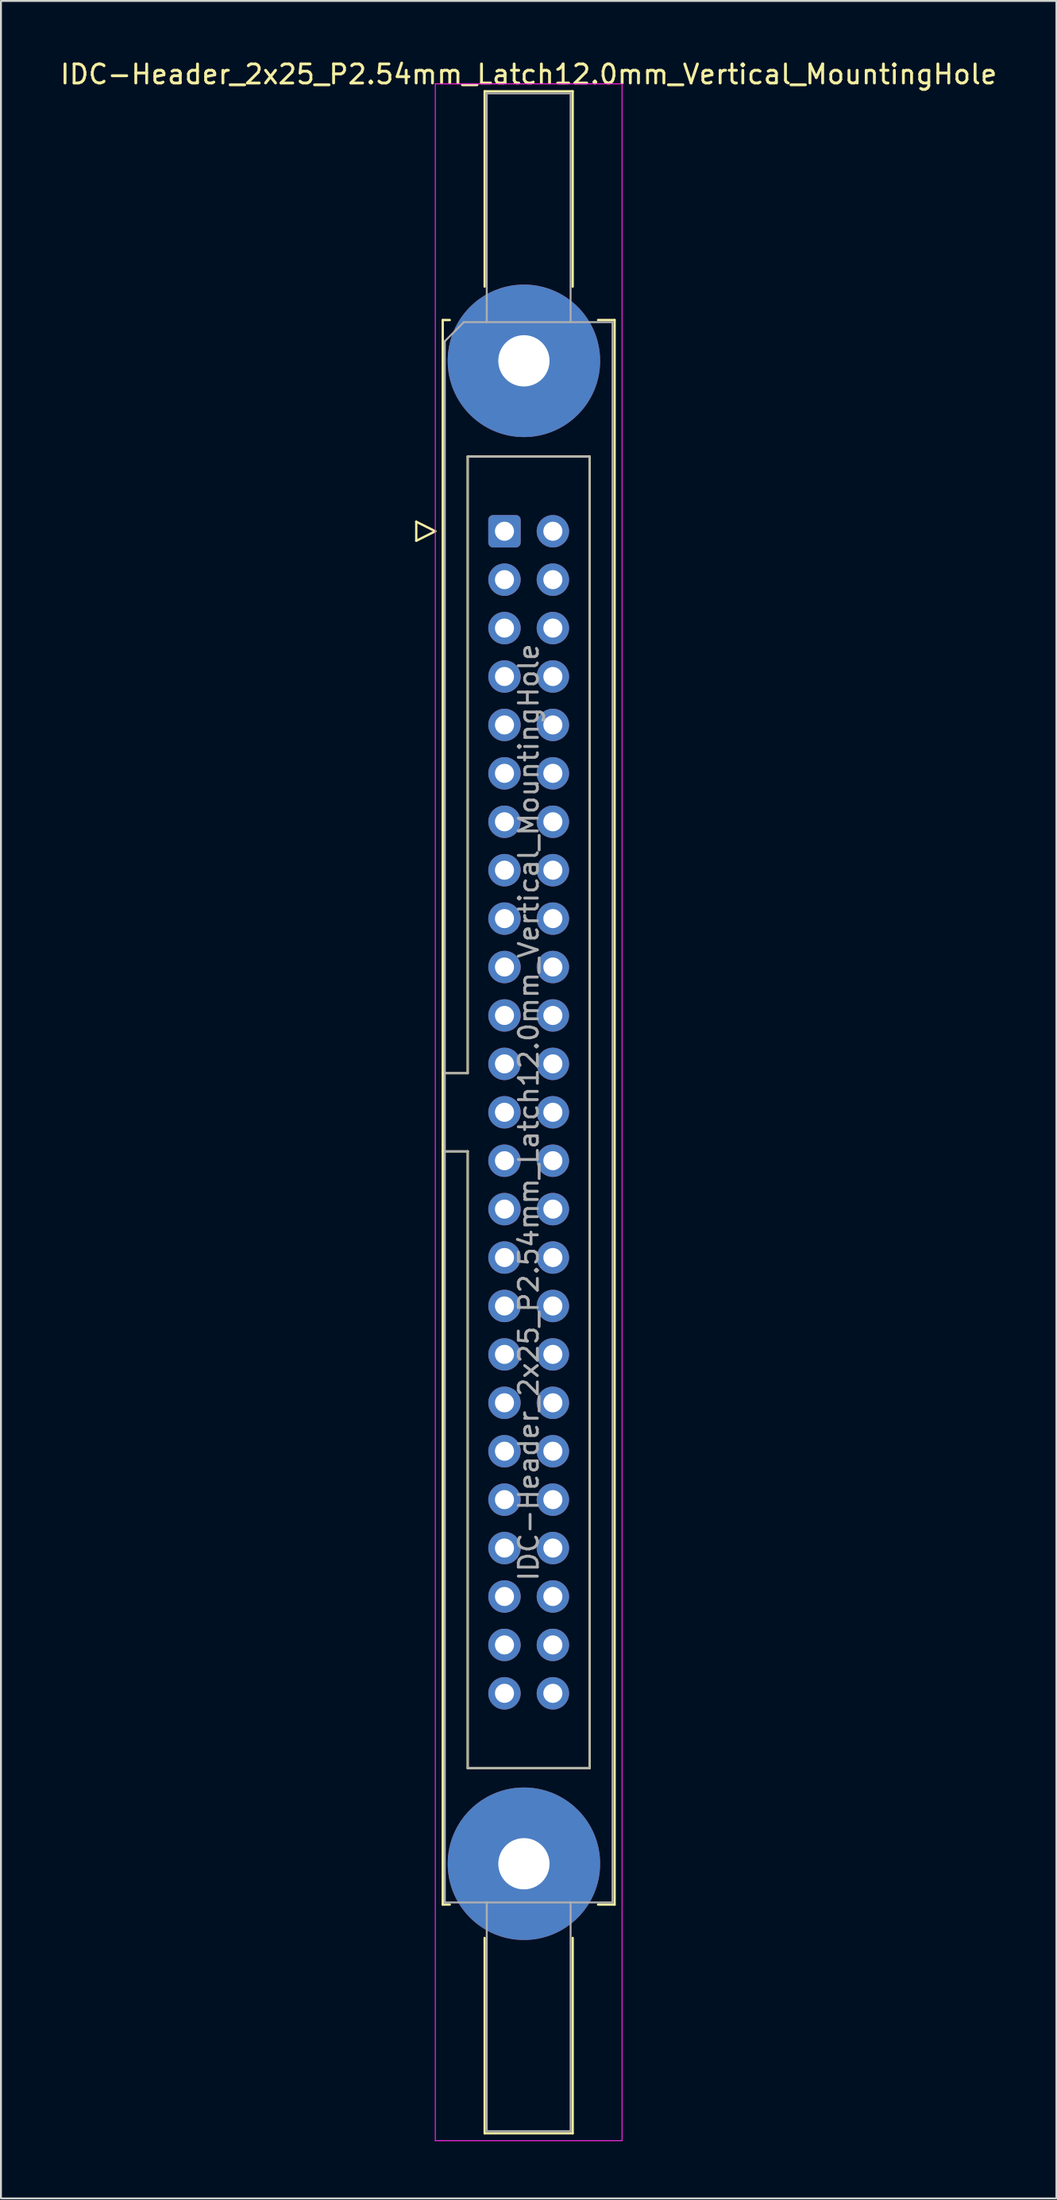
<source format=kicad_pcb>
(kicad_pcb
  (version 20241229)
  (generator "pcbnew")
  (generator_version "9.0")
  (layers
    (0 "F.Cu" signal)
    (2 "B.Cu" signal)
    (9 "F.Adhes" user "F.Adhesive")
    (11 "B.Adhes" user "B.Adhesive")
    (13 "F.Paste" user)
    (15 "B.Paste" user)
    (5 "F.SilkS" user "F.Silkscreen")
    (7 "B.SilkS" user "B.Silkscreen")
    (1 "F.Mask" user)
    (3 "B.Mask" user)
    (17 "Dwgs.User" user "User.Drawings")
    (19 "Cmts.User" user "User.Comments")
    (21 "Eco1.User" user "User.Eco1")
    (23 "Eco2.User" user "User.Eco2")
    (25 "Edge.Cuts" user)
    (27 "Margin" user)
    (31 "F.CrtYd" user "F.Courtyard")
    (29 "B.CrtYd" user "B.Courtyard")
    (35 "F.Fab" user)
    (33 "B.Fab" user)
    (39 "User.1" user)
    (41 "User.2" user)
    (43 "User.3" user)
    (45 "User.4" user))
  (footprint "IDC-Header_2x25_P2.54mm_Latch12.0mm_Vertical_MountingHole"
    (layer "F.Cu")
    (at 23.426 24.818)
    (property "Reference" "IDC-Header_2x25_P2.54mm_Latch12.0mm_Vertical_MountingHole" (at 1.27 -23.97 0) (layer "F.SilkS") (effects (font (size 1 1) (thickness 0.15))))
    (attr through_hole)
    (fp_line (start -4.63 -0.5) (end -4.63 0.5) (stroke (width 0.12) (type solid)) (layer "F.SilkS"))
    (fp_line (start -4.63 0.5) (end -3.63 0) (stroke (width 0.12) (type solid)) (layer "F.SilkS"))
    (fp_line (start -3.63 0) (end -4.63 -0.5) (stroke (width 0.12) (type solid)) (layer "F.SilkS"))
    (fp_line (start -3.24 -11.08) (end -3.24 72.04) (stroke (width 0.12) (type solid)) (layer "F.SilkS"))
    (fp_line (start -3.24 28.43) (end -1.93 28.43) (stroke (width 0.12) (type solid)) (layer "F.SilkS"))
    (fp_line (start -3.24 72.04) (end -2.87 72.04) (stroke (width 0.12) (type solid)) (layer "F.SilkS"))
    (fp_line (start -2.87 -11.08) (end -3.24 -11.08) (stroke (width 0.12) (type solid)) (layer "F.SilkS"))
    (fp_line (start -1.93 -3.92) (end 4.47 -3.92) (stroke (width 0.12) (type solid)) (layer "F.SilkS"))
    (fp_line (start -1.93 28.43) (end -1.93 -3.92) (stroke (width 0.12) (type solid)) (layer "F.SilkS"))
    (fp_line (start -1.93 32.53) (end -3.24 32.53) (stroke (width 0.12) (type solid)) (layer "F.SilkS"))
    (fp_line (start -1.93 32.53) (end -1.93 32.53) (stroke (width 0.12) (type solid)) (layer "F.SilkS"))
    (fp_line (start -1.93 64.88) (end -1.93 32.53) (stroke (width 0.12) (type solid)) (layer "F.SilkS"))
    (fp_line (start -1.04 -23.08) (end 3.58 -23.08) (stroke (width 0.12) (type solid)) (layer "F.SilkS"))
    (fp_line (start -1.04 -12.83) (end -1.04 -23.08) (stroke (width 0.12) (type solid)) (layer "F.SilkS"))
    (fp_line (start -1.04 73.79) (end -1.04 84.04) (stroke (width 0.12) (type solid)) (layer "F.SilkS"))
    (fp_line (start -1.04 84.04) (end 3.58 84.04) (stroke (width 0.12) (type solid)) (layer "F.SilkS"))
    (fp_line (start 3.58 -23.08) (end 3.58 -12.83) (stroke (width 0.12) (type solid)) (layer "F.SilkS"))
    (fp_line (start 3.58 84.04) (end 3.58 73.79) (stroke (width 0.12) (type solid)) (layer "F.SilkS"))
    (fp_line (start 4.47 -3.92) (end 4.47 64.88) (stroke (width 0.12) (type solid)) (layer "F.SilkS"))
    (fp_line (start 4.47 64.88) (end -1.93 64.88) (stroke (width 0.12) (type solid)) (layer "F.SilkS"))
    (fp_line (start 4.91 -11.08) (end 5.78 -11.08) (stroke (width 0.12) (type solid)) (layer "F.SilkS"))
    (fp_line (start 5.78 -11.08) (end 5.78 72.04) (stroke (width 0.12) (type solid)) (layer "F.SilkS"))
    (fp_line (start 5.78 72.04) (end 4.91 72.04) (stroke (width 0.12) (type solid)) (layer "F.SilkS"))
    (fp_line (start -3.63 -23.47) (end -3.63 84.43) (stroke (width 0.05) (type solid)) (layer "F.CrtYd"))
    (fp_line (start -3.63 84.43) (end 6.17 84.43) (stroke (width 0.05) (type solid)) (layer "F.CrtYd"))
    (fp_line (start 6.17 -23.47) (end -3.63 -23.47) (stroke (width 0.05) (type solid)) (layer "F.CrtYd"))
    (fp_line (start 6.17 84.43) (end 6.17 -23.47) (stroke (width 0.05) (type solid)) (layer "F.CrtYd"))
    (fp_line (start -3.13 -9.97) (end -2.13 -10.97) (stroke (width 0.1) (type solid)) (layer "F.Fab"))
    (fp_line (start -3.13 28.43) (end -1.93 28.43) (stroke (width 0.1) (type solid)) (layer "F.Fab"))
    (fp_line (start -3.13 71.93) (end -3.13 -9.97) (stroke (width 0.1) (type solid)) (layer "F.Fab"))
    (fp_line (start -2.13 -10.97) (end 5.67 -10.97) (stroke (width 0.1) (type solid)) (layer "F.Fab"))
    (fp_line (start -1.93 -3.92) (end 4.47 -3.92) (stroke (width 0.1) (type solid)) (layer "F.Fab"))
    (fp_line (start -1.93 28.43) (end -1.93 -3.92) (stroke (width 0.1) (type solid)) (layer "F.Fab"))
    (fp_line (start -1.93 32.53) (end -3.13 32.53) (stroke (width 0.1) (type solid)) (layer "F.Fab"))
    (fp_line (start -1.93 32.53) (end -1.93 32.53) (stroke (width 0.1) (type solid)) (layer "F.Fab"))
    (fp_line (start -1.93 64.88) (end -1.93 32.53) (stroke (width 0.1) (type solid)) (layer "F.Fab"))
    (fp_line (start -0.93 -22.97) (end 3.47 -22.97) (stroke (width 0.1) (type solid)) (layer "F.Fab"))
    (fp_line (start -0.93 -10.97) (end -0.93 -22.97) (stroke (width 0.1) (type solid)) (layer "F.Fab"))
    (fp_line (start -0.93 71.93) (end -0.93 83.93) (stroke (width 0.1) (type solid)) (layer "F.Fab"))
    (fp_line (start -0.93 83.93) (end 3.47 83.93) (stroke (width 0.1) (type solid)) (layer "F.Fab"))
    (fp_line (start 3.47 -22.97) (end 3.47 -10.97) (stroke (width 0.1) (type solid)) (layer "F.Fab"))
    (fp_line (start 3.47 83.93) (end 3.47 71.93) (stroke (width 0.1) (type solid)) (layer "F.Fab"))
    (fp_line (start 4.47 -3.92) (end 4.47 64.88) (stroke (width 0.1) (type solid)) (layer "F.Fab"))
    (fp_line (start 4.47 64.88) (end -1.93 64.88) (stroke (width 0.1) (type solid)) (layer "F.Fab"))
    (fp_line (start 5.67 -10.97) (end 5.67 71.93) (stroke (width 0.1) (type solid)) (layer "F.Fab"))
    (fp_line (start 5.67 71.93) (end -3.13 71.93) (stroke (width 0.1) (type solid)) (layer "F.Fab"))
    (fp_text user "${REFERENCE}" (at 1.27 30.48 90) (layer "F.Fab") (effects (font (size 1 1) (thickness 0.15))))
    (pad "" thru_hole circle (at 1.02 -8.94) (size 8 8) (drill 2.69) (layers "*.Cu" "*.Mask"))
    (pad "" thru_hole circle (at 1.02 69.9) (size 8 8) (drill 2.69) (layers "*.Cu" "*.Mask"))
    (pad "1" thru_hole roundrect (at 0 0) (size 1.7 1.7) (drill 1) (layers "*.Cu" "*.Mask") (roundrect_rratio 0.147))
    (pad "2" thru_hole circle (at 2.54 0) (size 1.7 1.7) (drill 1) (layers "*.Cu" "*.Mask"))
    (pad "3" thru_hole circle (at 0 2.54) (size 1.7 1.7) (drill 1) (layers "*.Cu" "*.Mask"))
    (pad "4" thru_hole circle (at 2.54 2.54) (size 1.7 1.7) (drill 1) (layers "*.Cu" "*.Mask"))
    (pad "5" thru_hole circle (at 0 5.08) (size 1.7 1.7) (drill 1) (layers "*.Cu" "*.Mask"))
    (pad "6" thru_hole circle (at 2.54 5.08) (size 1.7 1.7) (drill 1) (layers "*.Cu" "*.Mask"))
    (pad "7" thru_hole circle (at 0 7.62) (size 1.7 1.7) (drill 1) (layers "*.Cu" "*.Mask"))
    (pad "8" thru_hole circle (at 2.54 7.62) (size 1.7 1.7) (drill 1) (layers "*.Cu" "*.Mask"))
    (pad "9" thru_hole circle (at 0 10.16) (size 1.7 1.7) (drill 1) (layers "*.Cu" "*.Mask"))
    (pad "10" thru_hole circle (at 2.54 10.16) (size 1.7 1.7) (drill 1) (layers "*.Cu" "*.Mask"))
    (pad "11" thru_hole circle (at 0 12.7) (size 1.7 1.7) (drill 1) (layers "*.Cu" "*.Mask"))
    (pad "12" thru_hole circle (at 2.54 12.7) (size 1.7 1.7) (drill 1) (layers "*.Cu" "*.Mask"))
    (pad "13" thru_hole circle (at 0 15.24) (size 1.7 1.7) (drill 1) (layers "*.Cu" "*.Mask"))
    (pad "14" thru_hole circle (at 2.54 15.24) (size 1.7 1.7) (drill 1) (layers "*.Cu" "*.Mask"))
    (pad "15" thru_hole circle (at 0 17.78) (size 1.7 1.7) (drill 1) (layers "*.Cu" "*.Mask"))
    (pad "16" thru_hole circle (at 2.54 17.78) (size 1.7 1.7) (drill 1) (layers "*.Cu" "*.Mask"))
    (pad "17" thru_hole circle (at 0 20.32) (size 1.7 1.7) (drill 1) (layers "*.Cu" "*.Mask"))
    (pad "18" thru_hole circle (at 2.54 20.32) (size 1.7 1.7) (drill 1) (layers "*.Cu" "*.Mask"))
    (pad "19" thru_hole circle (at 0 22.86) (size 1.7 1.7) (drill 1) (layers "*.Cu" "*.Mask"))
    (pad "20" thru_hole circle (at 2.54 22.86) (size 1.7 1.7) (drill 1) (layers "*.Cu" "*.Mask"))
    (pad "21" thru_hole circle (at 0 25.4) (size 1.7 1.7) (drill 1) (layers "*.Cu" "*.Mask"))
    (pad "22" thru_hole circle (at 2.54 25.4) (size 1.7 1.7) (drill 1) (layers "*.Cu" "*.Mask"))
    (pad "23" thru_hole circle (at 0 27.94) (size 1.7 1.7) (drill 1) (layers "*.Cu" "*.Mask"))
    (pad "24" thru_hole circle (at 2.54 27.94) (size 1.7 1.7) (drill 1) (layers "*.Cu" "*.Mask"))
    (pad "25" thru_hole circle (at 0 30.48) (size 1.7 1.7) (drill 1) (layers "*.Cu" "*.Mask"))
    (pad "26" thru_hole circle (at 2.54 30.48) (size 1.7 1.7) (drill 1) (layers "*.Cu" "*.Mask"))
    (pad "27" thru_hole circle (at 0 33.02) (size 1.7 1.7) (drill 1) (layers "*.Cu" "*.Mask"))
    (pad "28" thru_hole circle (at 2.54 33.02) (size 1.7 1.7) (drill 1) (layers "*.Cu" "*.Mask"))
    (pad "29" thru_hole circle (at 0 35.56) (size 1.7 1.7) (drill 1) (layers "*.Cu" "*.Mask"))
    (pad "30" thru_hole circle (at 2.54 35.56) (size 1.7 1.7) (drill 1) (layers "*.Cu" "*.Mask"))
    (pad "31" thru_hole circle (at 0 38.1) (size 1.7 1.7) (drill 1) (layers "*.Cu" "*.Mask"))
    (pad "32" thru_hole circle (at 2.54 38.1) (size 1.7 1.7) (drill 1) (layers "*.Cu" "*.Mask"))
    (pad "33" thru_hole circle (at 0 40.64) (size 1.7 1.7) (drill 1) (layers "*.Cu" "*.Mask"))
    (pad "34" thru_hole circle (at 2.54 40.64) (size 1.7 1.7) (drill 1) (layers "*.Cu" "*.Mask"))
    (pad "35" thru_hole circle (at 0 43.18) (size 1.7 1.7) (drill 1) (layers "*.Cu" "*.Mask"))
    (pad "36" thru_hole circle (at 2.54 43.18) (size 1.7 1.7) (drill 1) (layers "*.Cu" "*.Mask"))
    (pad "37" thru_hole circle (at 0 45.72) (size 1.7 1.7) (drill 1) (layers "*.Cu" "*.Mask"))
    (pad "38" thru_hole circle (at 2.54 45.72) (size 1.7 1.7) (drill 1) (layers "*.Cu" "*.Mask"))
    (pad "39" thru_hole circle (at 0 48.26) (size 1.7 1.7) (drill 1) (layers "*.Cu" "*.Mask"))
    (pad "40" thru_hole circle (at 2.54 48.26) (size 1.7 1.7) (drill 1) (layers "*.Cu" "*.Mask"))
    (pad "41" thru_hole circle (at 0 50.8) (size 1.7 1.7) (drill 1) (layers "*.Cu" "*.Mask"))
    (pad "42" thru_hole circle (at 2.54 50.8) (size 1.7 1.7) (drill 1) (layers "*.Cu" "*.Mask"))
    (pad "43" thru_hole circle (at 0 53.34) (size 1.7 1.7) (drill 1) (layers "*.Cu" "*.Mask"))
    (pad "44" thru_hole circle (at 2.54 53.34) (size 1.7 1.7) (drill 1) (layers "*.Cu" "*.Mask"))
    (pad "45" thru_hole circle (at 0 55.88) (size 1.7 1.7) (drill 1) (layers "*.Cu" "*.Mask"))
    (pad "46" thru_hole circle (at 2.54 55.88) (size 1.7 1.7) (drill 1) (layers "*.Cu" "*.Mask"))
    (pad "47" thru_hole circle (at 0 58.42) (size 1.7 1.7) (drill 1) (layers "*.Cu" "*.Mask"))
    (pad "48" thru_hole circle (at 2.54 58.42) (size 1.7 1.7) (drill 1) (layers "*.Cu" "*.Mask"))
    (pad "49" thru_hole circle (at 0 60.96) (size 1.7 1.7) (drill 1) (layers "*.Cu" "*.Mask"))
    (pad "50" thru_hole circle (at 2.54 60.96) (size 1.7 1.7) (drill 1) (layers "*.Cu" "*.Mask")))
  (gr_rect
    (start -3 -3)
    (end 52.393 112.273)
    (stroke (width 0.1) (type default))
    (fill no)
    (layer "Edge.Cuts")))
</source>
